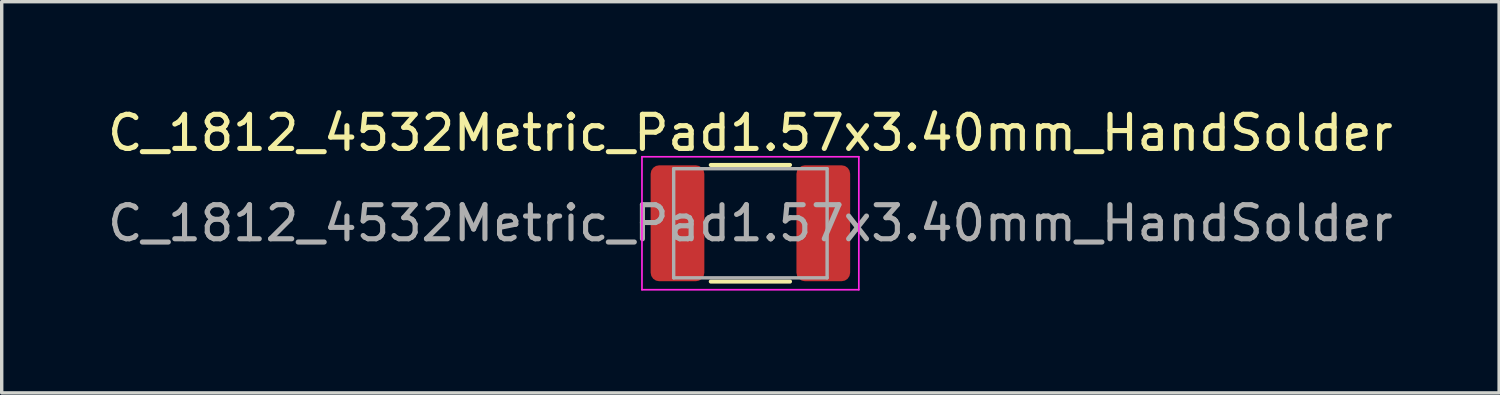
<source format=kicad_pcb>
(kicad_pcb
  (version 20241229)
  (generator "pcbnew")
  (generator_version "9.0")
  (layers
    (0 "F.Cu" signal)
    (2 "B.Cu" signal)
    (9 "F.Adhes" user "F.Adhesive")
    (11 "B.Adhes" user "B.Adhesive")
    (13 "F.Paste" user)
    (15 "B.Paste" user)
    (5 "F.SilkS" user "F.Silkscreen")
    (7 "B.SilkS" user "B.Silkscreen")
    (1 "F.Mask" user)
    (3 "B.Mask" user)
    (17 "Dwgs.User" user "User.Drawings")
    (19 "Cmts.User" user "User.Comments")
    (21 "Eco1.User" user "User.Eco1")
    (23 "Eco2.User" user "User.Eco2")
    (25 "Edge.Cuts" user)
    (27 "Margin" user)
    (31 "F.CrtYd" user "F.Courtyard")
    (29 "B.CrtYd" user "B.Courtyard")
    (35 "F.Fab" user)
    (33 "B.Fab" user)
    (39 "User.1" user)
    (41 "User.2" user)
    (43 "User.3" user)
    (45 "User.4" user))
  (footprint "C_1812_4532Metric_Pad1.57x3.40mm_HandSolder"
    (layer "F.Cu")
    (at 18.958 3.498)
    (property "Reference" "C_1812_4532Metric_Pad1.57x3.40mm_HandSolder" (at 0 -2.65 0) (layer "F.SilkS") (effects (font (size 1 1) (thickness 0.15))))
    (attr smd)
    (fp_line (start -1.161 -1.71) (end 1.161 -1.71) (stroke (width 0.12) (type solid)) (layer "F.SilkS"))
    (fp_line (start -1.161 1.71) (end 1.161 1.71) (stroke (width 0.12) (type solid)) (layer "F.SilkS"))
    (fp_line (start -3.18 -1.95) (end 3.18 -1.95) (stroke (width 0.05) (type solid)) (layer "F.CrtYd"))
    (fp_line (start -3.18 1.95) (end -3.18 -1.95) (stroke (width 0.05) (type solid)) (layer "F.CrtYd"))
    (fp_line (start 3.18 -1.95) (end 3.18 1.95) (stroke (width 0.05) (type solid)) (layer "F.CrtYd"))
    (fp_line (start 3.18 1.95) (end -3.18 1.95) (stroke (width 0.05) (type solid)) (layer "F.CrtYd"))
    (fp_line (start -2.25 -1.6) (end 2.25 -1.6) (stroke (width 0.1) (type solid)) (layer "F.Fab"))
    (fp_line (start -2.25 1.6) (end -2.25 -1.6) (stroke (width 0.1) (type solid)) (layer "F.Fab"))
    (fp_line (start 2.25 -1.6) (end 2.25 1.6) (stroke (width 0.1) (type solid)) (layer "F.Fab"))
    (fp_line (start 2.25 1.6) (end -2.25 1.6) (stroke (width 0.1) (type solid)) (layer "F.Fab"))
    (fp_text user "${REFERENCE}" (at 0 0 0) (layer "F.Fab") (effects (font (size 1 1) (thickness 0.15))))
    (pad "1" smd roundrect (at -2.138 0) (size 1.575 3.4) (layers "F.Cu" "F.Mask" "F.Paste") (roundrect_rratio 0.159))
    (pad "2" smd roundrect (at 2.138 0) (size 1.575 3.4) (layers "F.Cu" "F.Mask" "F.Paste") (roundrect_rratio 0.159)))
  (gr_rect
    (start -3 -3)
    (end 40.917 8.473)
    (stroke (width 0.1) (type default))
    (fill no)
    (layer "Edge.Cuts")))
</source>
